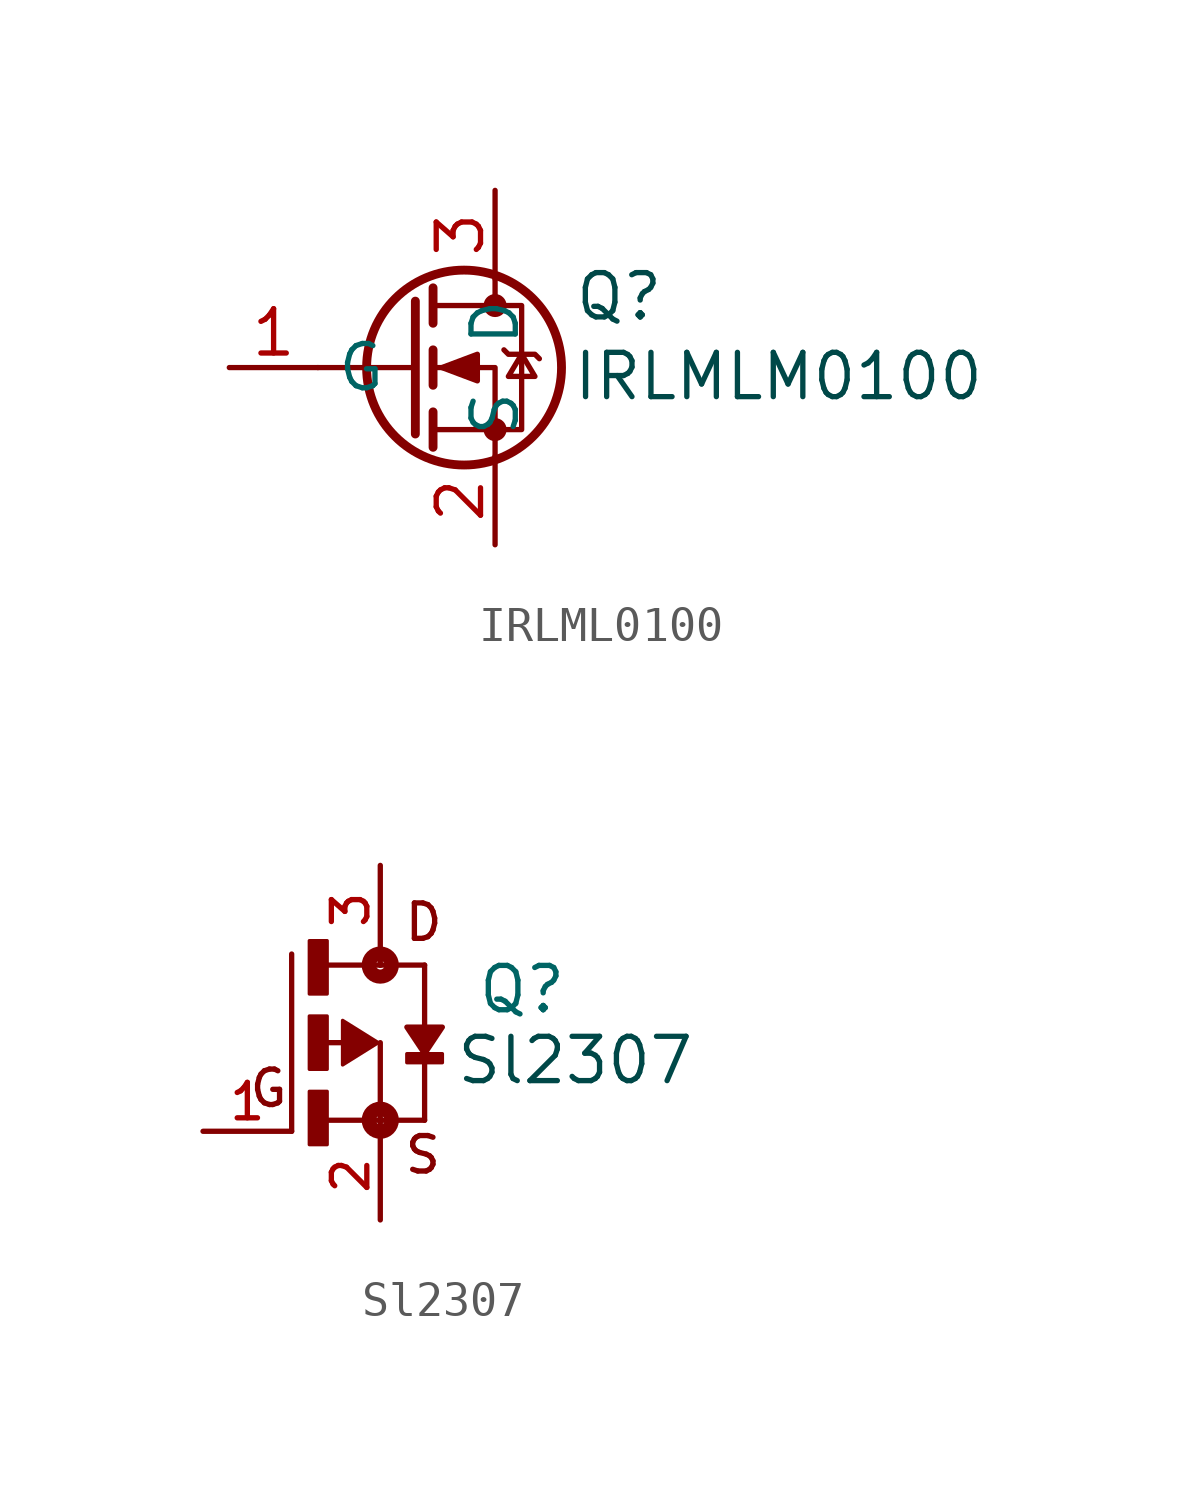
<source format=kicad_sym>
(kicad_symbol_lib
  (version 20231120)
  (generator "kicad_symbol_editor")
  (generator_version "8.0")
  (symbol "IRLML0100"
    (property "Reference" "Q"
      (at -5.334 2.032 0)
      (effects (font (size 1.27 1.27) (color 0 72 72 1))))
    (property "Value" ""
      (at 0 0 0)
      (effects (font (size 1.27 1.27))))
    (symbol "IRLML0100_0_1"
      (circle (center -9.779 0) (radius 2.794) (stroke (width 0.254) (type default)) (fill (type none)))
      (circle (center -8.89 -1.778) (radius 0.254) (stroke (width 0) (type default)) (fill (type outline)))
      (circle (center -8.89 1.778) (radius 0.254) (stroke (width 0) (type default)) (fill (type outline)))
      (polyline (pts (xy -11.176 0) (xy -13.97 0)) (stroke (width 0) (type default)) (fill (type none)))
      (polyline (pts (xy -11.176 1.905) (xy -11.176 -1.905)) (stroke (width 0.254) (type default)) (fill (type none)))
      (polyline (pts (xy -10.668 -1.27) (xy -10.668 -2.286)) (stroke (width 0.254) (type default)) (fill (type none)))
      (polyline (pts (xy -10.668 0.508) (xy -10.668 -0.508)) (stroke (width 0.254) (type default)) (fill (type none)))
      (polyline (pts (xy -10.668 2.286) (xy -10.668 1.27)) (stroke (width 0.254) (type default)) (fill (type none)))
      (polyline (pts (xy -8.89 2.54) (xy -8.89 1.778)) (stroke (width 0) (type default)) (fill (type none)))
      (polyline (pts (xy -8.89 -2.54) (xy -8.89 0) (xy -10.668 0)) (stroke (width 0) (type default)) (fill (type none)))
      (polyline (pts (xy -10.668 -1.778) (xy -8.128 -1.778) (xy -8.128 1.778) (xy -10.668 1.778)) (stroke (width 0) (type default)) (fill (type none)))
      (polyline (pts (xy -10.414 0) (xy -9.398 0.381) (xy -9.398 -0.381) (xy -10.414 0)) (stroke (width 0) (type default)) (fill (type outline)))
      (polyline (pts (xy -8.636 0.508) (xy -8.509 0.381) (xy -7.747 0.381) (xy -7.62 0.254)) (stroke (width 0) (type default)) (fill (type none)))
      (polyline (pts (xy -8.128 0.381) (xy -8.509 -0.254) (xy -7.747 -0.254) (xy -8.128 0.381)) (stroke (width 0) (type default)) (fill (type none))))
    (symbol "IRLML0100_1_1"
      (text "IRLMLM0100" (at -0.762 -0.254 0) (effects (font (size 1.27 1.27) (color 0 72 72 1))))
      (pin input line (at -16.51 0 0) (length 2.54) (name "G" (effects (font (size 1.27 1.27)))) (number "1" (effects (font (size 1.27 1.27)))))
      (pin passive line (at -8.89 -5.08 90) (length 2.54) (name "S" (effects (font (size 1.27 1.27)))) (number "2" (effects (font (size 1.27 1.27)))))
      (pin passive line (at -8.89 5.08 270) (length 2.54) (name "D" (effects (font (size 1.27 1.27)))) (number "3" (effects (font (size 1.27 1.27)))))))
  (symbol "Sl2307"
    (property "Reference" "Q"
      (at 1.524 1.524 0)
      (effects (font (size 1.27 1.27))))
    (property "Value" ""
      (at 0 0 0)
      (effects (font (size 1.27 1.27))))
    (symbol "Sl2307_0_0"
      (rectangle (start -4.572 -2.921) (end -4.064 -1.397) (stroke (width 0.1) (type default)) (fill (type outline)))
      (rectangle (start -4.572 -0.762) (end -4.064 0.762) (stroke (width 0.1) (type default)) (fill (type outline)))
      (rectangle (start -4.572 1.397) (end -4.064 2.921) (stroke (width 0.1) (type default)) (fill (type outline)))
      (circle (center -2.54 -2.223) (radius 0.127) (stroke (width 0.406) (type default)) (fill (type none)))
      (circle (center -2.54 2.223) (radius 0.127) (stroke (width 0.406) (type default)) (fill (type none)))
      (rectangle (start -1.778 -0.572) (end -0.762 -0.318) (stroke (width 0.1) (type default)) (fill (type outline)))
      (polyline (pts (xy -5.08 -2.54) (xy -5.08 2.54)) (stroke (width 0.152) (type default)) (fill (type none)))
      (polyline (pts (xy -4.445 -2.223) (xy -2.54 -2.223)) (stroke (width 0.152) (type default)) (fill (type none)))
      (polyline (pts (xy -4.128 2.223) (xy -2.54 2.223)) (stroke (width 0.152) (type default)) (fill (type none)))
      (polyline (pts (xy -3.619 0) (xy -4.445 0)) (stroke (width 0.152) (type default)) (fill (type none)))
      (polyline (pts (xy -2.54 -2.223) (xy -2.54 -2.54)) (stroke (width 0.152) (type default)) (fill (type none)))
      (polyline (pts (xy -2.54 0) (xy -2.54 -2.223)) (stroke (width 0.152) (type default)) (fill (type none)))
      (polyline (pts (xy -2.54 2.223) (xy -1.27 2.223)) (stroke (width 0.152) (type default)) (fill (type none)))
      (polyline (pts (xy -2.54 2.54) (xy -2.54 2.223)) (stroke (width 0.152) (type default)) (fill (type none)))
      (polyline (pts (xy -1.27 -2.223) (xy -2.54 -2.223)) (stroke (width 0.152) (type default)) (fill (type none)))
      (polyline (pts (xy -1.27 2.223) (xy -1.27 -2.223)) (stroke (width 0.152) (type default)) (fill (type none)))
      (polyline (pts (xy -2.603 0) (xy -3.619 -0.635) (xy -3.619 0.635) (xy -2.603 0)) (stroke (width 0.102) (type default)) (fill (type outline)))
      (polyline (pts (xy -1.27 -0.318) (xy -0.762 0.445) (xy -1.778 0.445) (xy -1.27 -0.318)) (stroke (width 0.152) (type default)) (fill (type outline)))
      (text "D" (at -1.905 2.857 0) (effects (font (size 1.016 1.016)) (justify left bottom)))
      (text "G" (at -6.35 -1.905 0) (effects (font (size 1.016 1.016)) (justify left bottom)))
      (text "S" (at -1.905 -3.81 0) (effects (font (size 1.016 1.016)) (justify left bottom)))
      (pin passive line (at -7.62 -2.54 0) (length 2.54) (name "~" (effects (font (size 1.016 1.016)))) (number "1" (effects (font (size 1.016 1.016)))))
      (pin passive line (at -2.54 -5.08 90) (length 2.54) (name "~" (effects (font (size 1.016 1.016)))) (number "2" (effects (font (size 1.016 1.016)))))
      (pin passive line (at -2.54 5.08 270) (length 2.54) (name "~" (effects (font (size 1.016 1.016)))) (number "3" (effects (font (size 1.016 1.016))))))
    (symbol "Sl2307_1_1"
      (text "Sl2307" (at 3.048 -0.508 0) (effects (font (size 1.27 1.27) (color 0 72 72 1)))))))
</source>
